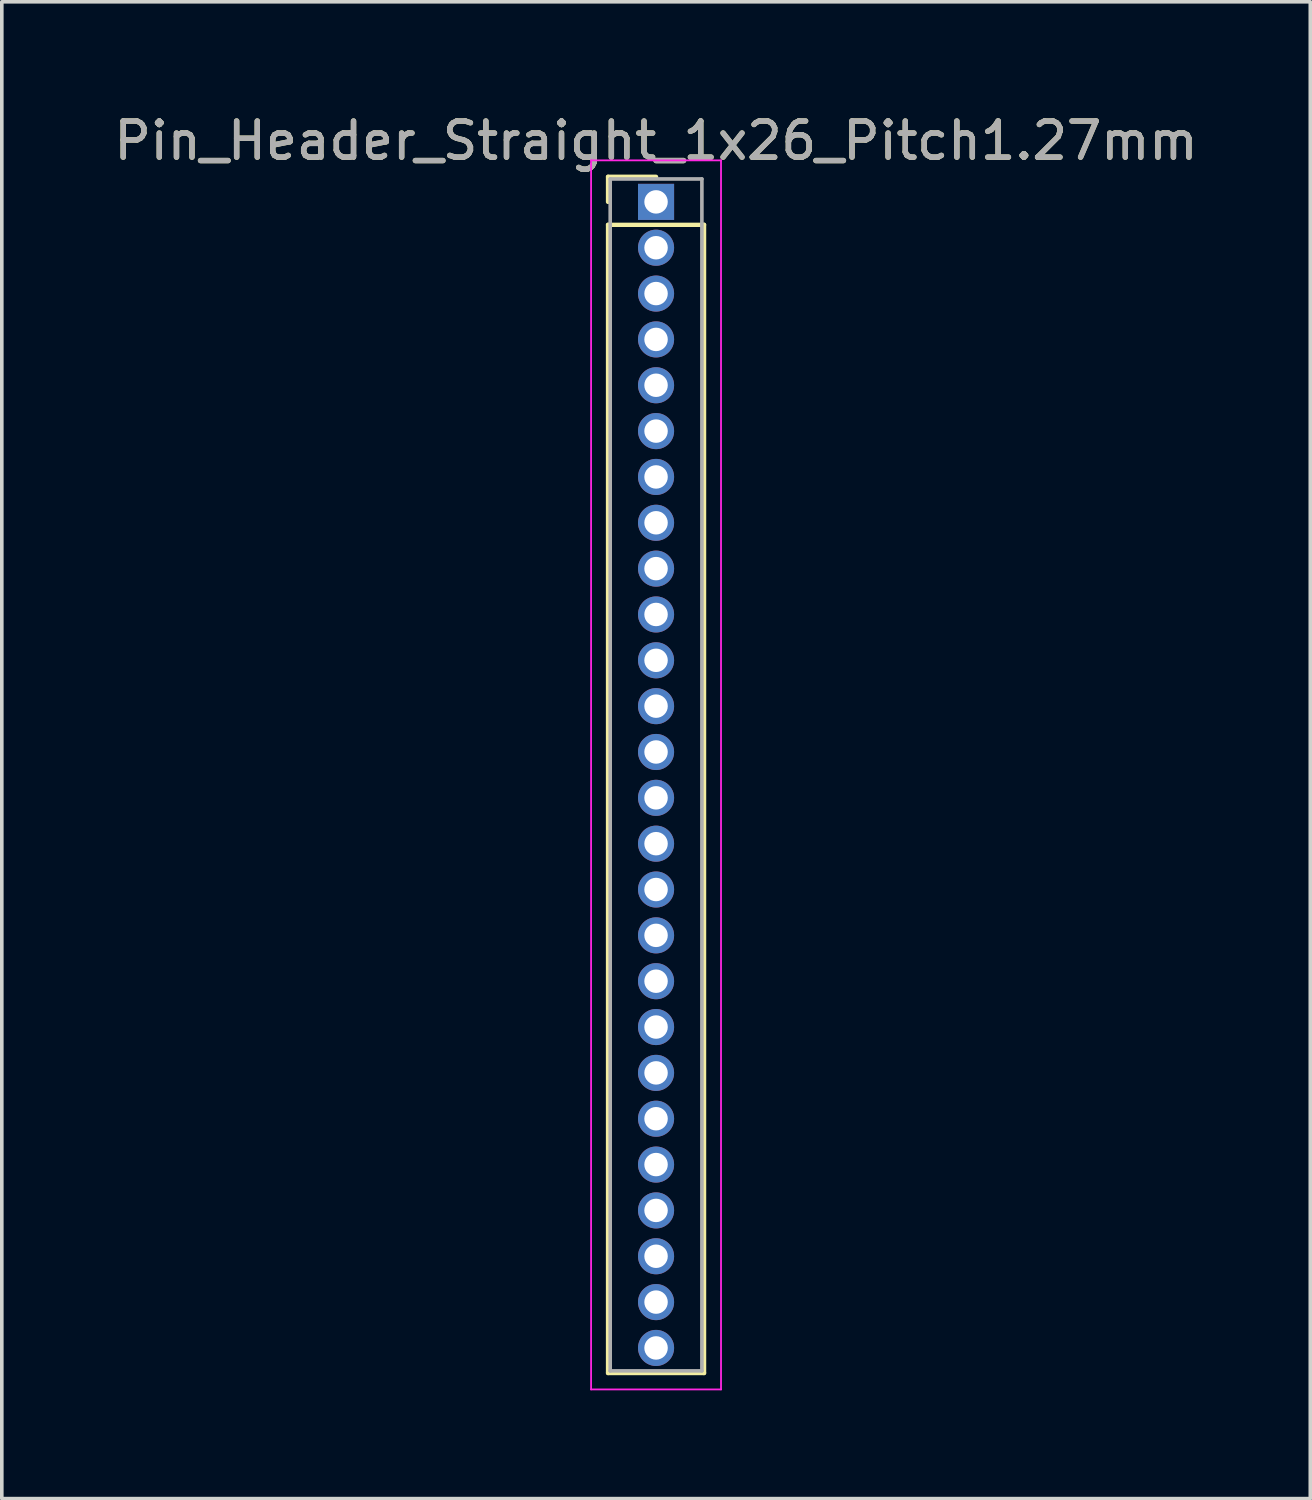
<source format=kicad_pcb>
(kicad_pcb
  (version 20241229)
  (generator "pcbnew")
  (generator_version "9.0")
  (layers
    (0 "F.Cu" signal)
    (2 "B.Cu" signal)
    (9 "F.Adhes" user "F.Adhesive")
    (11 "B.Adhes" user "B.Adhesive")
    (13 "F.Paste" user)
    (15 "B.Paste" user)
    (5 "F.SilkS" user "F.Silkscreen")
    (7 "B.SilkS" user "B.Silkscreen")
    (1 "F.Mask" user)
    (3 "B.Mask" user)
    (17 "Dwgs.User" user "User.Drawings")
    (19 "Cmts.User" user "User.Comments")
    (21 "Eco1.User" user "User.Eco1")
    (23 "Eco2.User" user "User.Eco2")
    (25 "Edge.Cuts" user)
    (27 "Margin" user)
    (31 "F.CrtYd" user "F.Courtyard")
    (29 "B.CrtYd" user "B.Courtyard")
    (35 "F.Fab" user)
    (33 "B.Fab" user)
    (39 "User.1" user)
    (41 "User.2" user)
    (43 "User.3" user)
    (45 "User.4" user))
  (footprint "Pin_Header_Straight_1x26_Pitch1.27mm"
    (layer "F.Cu")
    (at 15.125 2.543)
    (property "Reference" "Pin_Header_Straight_1x26_Pitch1.27mm" (at 0 -1.695 0) (layer "F.SilkS") (effects (font (size 1 1) (thickness 0.15))))
    (attr through_hole)
    (fp_line (start -1.33 -0.695) (end 0 -0.695) (stroke (width 0.12) (type solid)) (layer "F.SilkS"))
    (fp_line (start -1.33 0) (end -1.33 -0.695) (stroke (width 0.12) (type solid)) (layer "F.SilkS"))
    (fp_line (start -1.33 0.635) (end -1.33 32.445) (stroke (width 0.12) (type solid)) (layer "F.SilkS"))
    (fp_line (start -1.33 32.445) (end 1.33 32.445) (stroke (width 0.12) (type solid)) (layer "F.SilkS"))
    (fp_line (start 1.33 0.635) (end -1.33 0.635) (stroke (width 0.12) (type solid)) (layer "F.SilkS"))
    (fp_line (start 1.33 32.445) (end 1.33 0.635) (stroke (width 0.12) (type solid)) (layer "F.SilkS"))
    (fp_line (start -1.8 -1.15) (end -1.8 32.9) (stroke (width 0.05) (type solid)) (layer "F.CrtYd"))
    (fp_line (start -1.8 32.9) (end 1.8 32.9) (stroke (width 0.05) (type solid)) (layer "F.CrtYd"))
    (fp_line (start 1.8 -1.15) (end -1.8 -1.15) (stroke (width 0.05) (type solid)) (layer "F.CrtYd"))
    (fp_line (start 1.8 32.9) (end 1.8 -1.15) (stroke (width 0.05) (type solid)) (layer "F.CrtYd"))
    (fp_line (start -1.27 -0.635) (end -1.27 32.385) (stroke (width 0.1) (type solid)) (layer "F.Fab"))
    (fp_line (start -1.27 32.385) (end 1.27 32.385) (stroke (width 0.1) (type solid)) (layer "F.Fab"))
    (fp_line (start 1.27 -0.635) (end -1.27 -0.635) (stroke (width 0.1) (type solid)) (layer "F.Fab"))
    (fp_line (start 1.27 32.385) (end 1.27 -0.635) (stroke (width 0.1) (type solid)) (layer "F.Fab"))
    (fp_text user "${REFERENCE}" (at 0 -1.695 0) (layer "F.Fab") (effects (font (size 1 1) (thickness 0.15))))
    (pad "1" thru_hole rect (at 0 0) (size 1 1) (drill 0.65) (layers "*.Cu" "*.Mask"))
    (pad "2" thru_hole oval (at 0 1.27) (size 1 1) (drill 0.65) (layers "*.Cu" "*.Mask"))
    (pad "3" thru_hole oval (at 0 2.54) (size 1 1) (drill 0.65) (layers "*.Cu" "*.Mask"))
    (pad "4" thru_hole oval (at 0 3.81) (size 1 1) (drill 0.65) (layers "*.Cu" "*.Mask"))
    (pad "5" thru_hole oval (at 0 5.08) (size 1 1) (drill 0.65) (layers "*.Cu" "*.Mask"))
    (pad "6" thru_hole oval (at 0 6.35) (size 1 1) (drill 0.65) (layers "*.Cu" "*.Mask"))
    (pad "7" thru_hole oval (at 0 7.62) (size 1 1) (drill 0.65) (layers "*.Cu" "*.Mask"))
    (pad "8" thru_hole oval (at 0 8.89) (size 1 1) (drill 0.65) (layers "*.Cu" "*.Mask"))
    (pad "9" thru_hole oval (at 0 10.16) (size 1 1) (drill 0.65) (layers "*.Cu" "*.Mask"))
    (pad "10" thru_hole oval (at 0 11.43) (size 1 1) (drill 0.65) (layers "*.Cu" "*.Mask"))
    (pad "11" thru_hole oval (at 0 12.7) (size 1 1) (drill 0.65) (layers "*.Cu" "*.Mask"))
    (pad "12" thru_hole oval (at 0 13.97) (size 1 1) (drill 0.65) (layers "*.Cu" "*.Mask"))
    (pad "13" thru_hole oval (at 0 15.24) (size 1 1) (drill 0.65) (layers "*.Cu" "*.Mask"))
    (pad "14" thru_hole oval (at 0 16.51) (size 1 1) (drill 0.65) (layers "*.Cu" "*.Mask"))
    (pad "15" thru_hole oval (at 0 17.78) (size 1 1) (drill 0.65) (layers "*.Cu" "*.Mask"))
    (pad "16" thru_hole oval (at 0 19.05) (size 1 1) (drill 0.65) (layers "*.Cu" "*.Mask"))
    (pad "17" thru_hole oval (at 0 20.32) (size 1 1) (drill 0.65) (layers "*.Cu" "*.Mask"))
    (pad "18" thru_hole oval (at 0 21.59) (size 1 1) (drill 0.65) (layers "*.Cu" "*.Mask"))
    (pad "19" thru_hole oval (at 0 22.86) (size 1 1) (drill 0.65) (layers "*.Cu" "*.Mask"))
    (pad "20" thru_hole oval (at 0 24.13) (size 1 1) (drill 0.65) (layers "*.Cu" "*.Mask"))
    (pad "21" thru_hole oval (at 0 25.4) (size 1 1) (drill 0.65) (layers "*.Cu" "*.Mask"))
    (pad "22" thru_hole oval (at 0 26.67) (size 1 1) (drill 0.65) (layers "*.Cu" "*.Mask"))
    (pad "23" thru_hole oval (at 0 27.94) (size 1 1) (drill 0.65) (layers "*.Cu" "*.Mask"))
    (pad "24" thru_hole oval (at 0 29.21) (size 1 1) (drill 0.65) (layers "*.Cu" "*.Mask"))
    (pad "25" thru_hole oval (at 0 30.48) (size 1 1) (drill 0.65) (layers "*.Cu" "*.Mask"))
    (pad "26" thru_hole oval (at 0 31.75) (size 1 1) (drill 0.65) (layers "*.Cu" "*.Mask")))
  (gr_rect
    (start -3 -3)
    (end 33.25 38.468)
    (stroke (width 0.1) (type default))
    (fill no)
    (layer "Edge.Cuts")))
</source>
